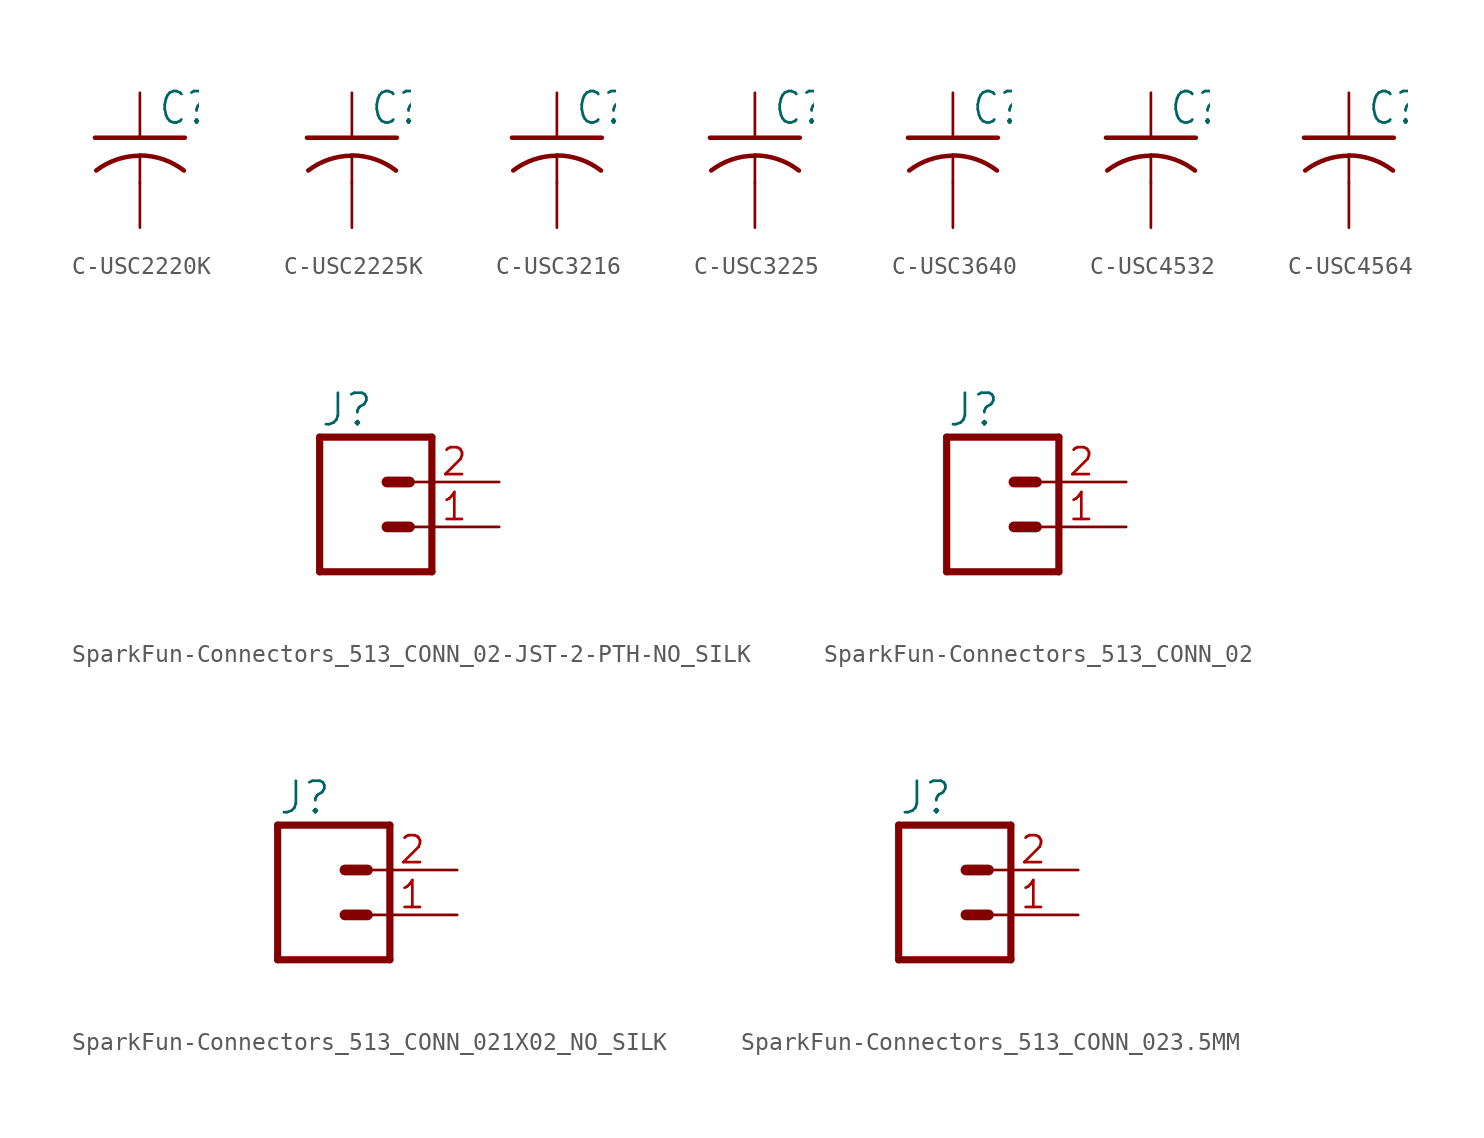
<source format=kicad_sym>
(kicad_symbol_lib
  (version 20241209)
  (generator "kicad_symbol_editor")
  (generator_version "9.0")
  (symbol "C-USC2220K"
    (property "Reference" "C"
      (at 1.016 0.635 0)
      (effects (font (size 1.778 1.511)) (justify left bottom)))
    (property "Value" ""
      (at 1.016 -4.191 0)
      (effects (font (size 1.778 1.511)) (justify left bottom)))
    (property "ki_locked" ""
      (at 0 0 0)
      (effects (font (size 1.27 1.27))))
    (symbol "C-USC2220K_1_0"
      (polyline (pts (xy -2.54 0) (xy 2.54 0)) (stroke (width 0.254) (type solid)) (fill (type none)))
      (arc (start 0 -1) (mid 1.3158 -1.2195) (end 2.4892 -1.8541) (stroke (width 0.254) (type solid)) (fill (type none)))
      (arc (start -2.4668 -1.8504) (mid -1.302 -1.2303) (end 0 -1.0161) (stroke (width 0.254) (type solid)) (fill (type none)))
      (polyline (pts (xy 0 -1.016) (xy 0 -2.54)) (stroke (width 0.152) (type solid)) (fill (type none)))
      (pin passive line (at 0 2.54 270) (length 2.54) (name "1" (effects (font (size 0 0)))) (number "1" (effects (font (size 0 0)))))
      (pin passive line (at 0 -5.08 90) (length 2.54) (name "2" (effects (font (size 0 0)))) (number "2" (effects (font (size 0 0)))))))
  (symbol "C-USC2225K"
    (property "Reference" "C"
      (at 1.016 0.635 0)
      (effects (font (size 1.778 1.511)) (justify left bottom)))
    (property "Value" ""
      (at 1.016 -4.191 0)
      (effects (font (size 1.778 1.511)) (justify left bottom)))
    (property "ki_locked" ""
      (at 0 0 0)
      (effects (font (size 1.27 1.27))))
    (symbol "C-USC2225K_1_0"
      (polyline (pts (xy -2.54 0) (xy 2.54 0)) (stroke (width 0.254) (type solid)) (fill (type none)))
      (arc (start 0 -1) (mid 1.3158 -1.2195) (end 2.4892 -1.8541) (stroke (width 0.254) (type solid)) (fill (type none)))
      (arc (start -2.4668 -1.8504) (mid -1.302 -1.2303) (end 0 -1.0161) (stroke (width 0.254) (type solid)) (fill (type none)))
      (polyline (pts (xy 0 -1.016) (xy 0 -2.54)) (stroke (width 0.152) (type solid)) (fill (type none)))
      (pin passive line (at 0 2.54 270) (length 2.54) (name "1" (effects (font (size 0 0)))) (number "1" (effects (font (size 0 0)))))
      (pin passive line (at 0 -5.08 90) (length 2.54) (name "2" (effects (font (size 0 0)))) (number "2" (effects (font (size 0 0)))))))
  (symbol "C-USC3216"
    (property "Reference" "C"
      (at 1.016 0.635 0)
      (effects (font (size 1.778 1.511)) (justify left bottom)))
    (property "Value" ""
      (at 1.016 -4.191 0)
      (effects (font (size 1.778 1.511)) (justify left bottom)))
    (property "ki_locked" ""
      (at 0 0 0)
      (effects (font (size 1.27 1.27))))
    (symbol "C-USC3216_1_0"
      (polyline (pts (xy -2.54 0) (xy 2.54 0)) (stroke (width 0.254) (type solid)) (fill (type none)))
      (arc (start 0 -1) (mid 1.3158 -1.2195) (end 2.4892 -1.8541) (stroke (width 0.254) (type solid)) (fill (type none)))
      (arc (start -2.4668 -1.8504) (mid -1.302 -1.2303) (end 0 -1.0161) (stroke (width 0.254) (type solid)) (fill (type none)))
      (polyline (pts (xy 0 -1.016) (xy 0 -2.54)) (stroke (width 0.152) (type solid)) (fill (type none)))
      (pin passive line (at 0 2.54 270) (length 2.54) (name "1" (effects (font (size 0 0)))) (number "1" (effects (font (size 0 0)))))
      (pin passive line (at 0 -5.08 90) (length 2.54) (name "2" (effects (font (size 0 0)))) (number "2" (effects (font (size 0 0)))))))
  (symbol "C-USC3225"
    (property "Reference" "C"
      (at 1.016 0.635 0)
      (effects (font (size 1.778 1.511)) (justify left bottom)))
    (property "Value" ""
      (at 1.016 -4.191 0)
      (effects (font (size 1.778 1.511)) (justify left bottom)))
    (property "ki_locked" ""
      (at 0 0 0)
      (effects (font (size 1.27 1.27))))
    (symbol "C-USC3225_1_0"
      (polyline (pts (xy -2.54 0) (xy 2.54 0)) (stroke (width 0.254) (type solid)) (fill (type none)))
      (arc (start 0 -1) (mid 1.3158 -1.2195) (end 2.4892 -1.8541) (stroke (width 0.254) (type solid)) (fill (type none)))
      (arc (start -2.4668 -1.8504) (mid -1.302 -1.2303) (end 0 -1.0161) (stroke (width 0.254) (type solid)) (fill (type none)))
      (polyline (pts (xy 0 -1.016) (xy 0 -2.54)) (stroke (width 0.152) (type solid)) (fill (type none)))
      (pin passive line (at 0 2.54 270) (length 2.54) (name "1" (effects (font (size 0 0)))) (number "1" (effects (font (size 0 0)))))
      (pin passive line (at 0 -5.08 90) (length 2.54) (name "2" (effects (font (size 0 0)))) (number "2" (effects (font (size 0 0)))))))
  (symbol "C-USC3640"
    (property "Reference" "C"
      (at 1.016 0.635 0)
      (effects (font (size 1.778 1.511)) (justify left bottom)))
    (property "Value" ""
      (at 1.016 -4.191 0)
      (effects (font (size 1.778 1.511)) (justify left bottom)))
    (property "ki_locked" ""
      (at 0 0 0)
      (effects (font (size 1.27 1.27))))
    (symbol "C-USC3640_1_0"
      (polyline (pts (xy -2.54 0) (xy 2.54 0)) (stroke (width 0.254) (type solid)) (fill (type none)))
      (arc (start 0 -1) (mid 1.3158 -1.2195) (end 2.4892 -1.8541) (stroke (width 0.254) (type solid)) (fill (type none)))
      (arc (start -2.4668 -1.8504) (mid -1.302 -1.2303) (end 0 -1.0161) (stroke (width 0.254) (type solid)) (fill (type none)))
      (polyline (pts (xy 0 -1.016) (xy 0 -2.54)) (stroke (width 0.152) (type solid)) (fill (type none)))
      (pin passive line (at 0 2.54 270) (length 2.54) (name "1" (effects (font (size 0 0)))) (number "1" (effects (font (size 0 0)))))
      (pin passive line (at 0 -5.08 90) (length 2.54) (name "2" (effects (font (size 0 0)))) (number "2" (effects (font (size 0 0)))))))
  (symbol "C-USC4532"
    (property "Reference" "C"
      (at 1.016 0.635 0)
      (effects (font (size 1.778 1.511)) (justify left bottom)))
    (property "Value" ""
      (at 1.016 -4.191 0)
      (effects (font (size 1.778 1.511)) (justify left bottom)))
    (property "ki_locked" ""
      (at 0 0 0)
      (effects (font (size 1.27 1.27))))
    (symbol "C-USC4532_1_0"
      (polyline (pts (xy -2.54 0) (xy 2.54 0)) (stroke (width 0.254) (type solid)) (fill (type none)))
      (arc (start 0 -1) (mid 1.3158 -1.2195) (end 2.4892 -1.8541) (stroke (width 0.254) (type solid)) (fill (type none)))
      (arc (start -2.4668 -1.8504) (mid -1.302 -1.2303) (end 0 -1.0161) (stroke (width 0.254) (type solid)) (fill (type none)))
      (polyline (pts (xy 0 -1.016) (xy 0 -2.54)) (stroke (width 0.152) (type solid)) (fill (type none)))
      (pin passive line (at 0 2.54 270) (length 2.54) (name "1" (effects (font (size 0 0)))) (number "1" (effects (font (size 0 0)))))
      (pin passive line (at 0 -5.08 90) (length 2.54) (name "2" (effects (font (size 0 0)))) (number "2" (effects (font (size 0 0)))))))
  (symbol "C-USC4564"
    (property "Reference" "C"
      (at 1.016 0.635 0)
      (effects (font (size 1.778 1.511)) (justify left bottom)))
    (property "Value" ""
      (at 1.016 -4.191 0)
      (effects (font (size 1.778 1.511)) (justify left bottom)))
    (property "ki_locked" ""
      (at 0 0 0)
      (effects (font (size 1.27 1.27))))
    (symbol "C-USC4564_1_0"
      (polyline (pts (xy -2.54 0) (xy 2.54 0)) (stroke (width 0.254) (type solid)) (fill (type none)))
      (arc (start 0 -1) (mid 1.3158 -1.2195) (end 2.4892 -1.8541) (stroke (width 0.254) (type solid)) (fill (type none)))
      (arc (start -2.4668 -1.8504) (mid -1.302 -1.2303) (end 0 -1.0161) (stroke (width 0.254) (type solid)) (fill (type none)))
      (polyline (pts (xy 0 -1.016) (xy 0 -2.54)) (stroke (width 0.152) (type solid)) (fill (type none)))
      (pin passive line (at 0 2.54 270) (length 2.54) (name "1" (effects (font (size 0 0)))) (number "1" (effects (font (size 0 0)))))
      (pin passive line (at 0 -5.08 90) (length 2.54) (name "2" (effects (font (size 0 0)))) (number "2" (effects (font (size 0 0)))))))
  (symbol "SparkFun-Connectors_513_CONN_02-JST-2-PTH-NO_SILK"
    (property "Reference" "J"
      (at -2.54 5.588 0)
      (effects (font (size 1.778 1.778)) (justify left bottom)))
    (property "Value" ""
      (at -2.54 -4.826 0)
      (effects (font (size 1.778 1.778)) (justify left bottom)))
    (property "ki_locked" ""
      (at 0 0 0)
      (effects (font (size 1.27 1.27))))
    (symbol "SparkFun-Connectors_513_CONN_02-JST-2-PTH-NO_SILK_1_0"
      (polyline (pts (xy -2.54 5.08) (xy -2.54 -2.54)) (stroke (width 0.406) (type solid)) (fill (type none)))
      (polyline (pts (xy -2.54 5.08) (xy 3.81 5.08)) (stroke (width 0.406) (type solid)) (fill (type none)))
      (polyline (pts (xy 1.27 2.54) (xy 2.54 2.54)) (stroke (width 0.61) (type solid)) (fill (type none)))
      (polyline (pts (xy 1.27 0) (xy 2.54 0)) (stroke (width 0.61) (type solid)) (fill (type none)))
      (polyline (pts (xy 3.81 -2.54) (xy -2.54 -2.54)) (stroke (width 0.406) (type solid)) (fill (type none)))
      (polyline (pts (xy 3.81 -2.54) (xy 3.81 5.08)) (stroke (width 0.406) (type solid)) (fill (type none)))
      (pin passive line (at 7.62 2.54 180) (length 5.08) (name "2" (effects (font (size 0 0)))) (number "2" (effects (font (size 1.524 1.524)))))
      (pin passive line (at 7.62 0 180) (length 5.08) (name "1" (effects (font (size 0 0)))) (number "1" (effects (font (size 1.524 1.524)))))))
  (symbol "SparkFun-Connectors_513_CONN_02"
    (property "Reference" "J"
      (at -2.54 5.588 0)
      (effects (font (size 1.778 1.778)) (justify left bottom)))
    (property "Value" ""
      (at -2.54 -4.826 0)
      (effects (font (size 1.778 1.778)) (justify left bottom)))
    (property "ki_locked" ""
      (at 0 0 0)
      (effects (font (size 1.27 1.27))))
    (symbol "SparkFun-Connectors_513_CONN_02_1_0"
      (polyline (pts (xy -2.54 5.08) (xy -2.54 -2.54)) (stroke (width 0.406) (type solid)) (fill (type none)))
      (polyline (pts (xy -2.54 5.08) (xy 3.81 5.08)) (stroke (width 0.406) (type solid)) (fill (type none)))
      (polyline (pts (xy 1.27 2.54) (xy 2.54 2.54)) (stroke (width 0.61) (type solid)) (fill (type none)))
      (polyline (pts (xy 1.27 0) (xy 2.54 0)) (stroke (width 0.61) (type solid)) (fill (type none)))
      (polyline (pts (xy 3.81 -2.54) (xy -2.54 -2.54)) (stroke (width 0.406) (type solid)) (fill (type none)))
      (polyline (pts (xy 3.81 -2.54) (xy 3.81 5.08)) (stroke (width 0.406) (type solid)) (fill (type none)))
      (pin passive line (at 7.62 2.54 180) (length 5.08) (name "2" (effects (font (size 0 0)))) (number "2" (effects (font (size 1.524 1.524)))))
      (pin passive line (at 7.62 0 180) (length 5.08) (name "1" (effects (font (size 0 0)))) (number "1" (effects (font (size 1.524 1.524)))))))
  (symbol "SparkFun-Connectors_513_CONN_021X02_NO_SILK"
    (property "Reference" "J"
      (at -2.54 5.588 0)
      (effects (font (size 1.778 1.778)) (justify left bottom)))
    (property "Value" ""
      (at -2.54 -4.826 0)
      (effects (font (size 1.778 1.778)) (justify left bottom)))
    (property "ki_locked" ""
      (at 0 0 0)
      (effects (font (size 1.27 1.27))))
    (symbol "SparkFun-Connectors_513_CONN_021X02_NO_SILK_1_0"
      (polyline (pts (xy -2.54 5.08) (xy -2.54 -2.54)) (stroke (width 0.406) (type solid)) (fill (type none)))
      (polyline (pts (xy -2.54 5.08) (xy 3.81 5.08)) (stroke (width 0.406) (type solid)) (fill (type none)))
      (polyline (pts (xy 1.27 2.54) (xy 2.54 2.54)) (stroke (width 0.61) (type solid)) (fill (type none)))
      (polyline (pts (xy 1.27 0) (xy 2.54 0)) (stroke (width 0.61) (type solid)) (fill (type none)))
      (polyline (pts (xy 3.81 -2.54) (xy -2.54 -2.54)) (stroke (width 0.406) (type solid)) (fill (type none)))
      (polyline (pts (xy 3.81 -2.54) (xy 3.81 5.08)) (stroke (width 0.406) (type solid)) (fill (type none)))
      (pin passive line (at 7.62 2.54 180) (length 5.08) (name "2" (effects (font (size 0 0)))) (number "2" (effects (font (size 1.524 1.524)))))
      (pin passive line (at 7.62 0 180) (length 5.08) (name "1" (effects (font (size 0 0)))) (number "1" (effects (font (size 1.524 1.524)))))))
  (symbol "SparkFun-Connectors_513_CONN_023.5MM"
    (property "Reference" "J"
      (at -2.54 5.588 0)
      (effects (font (size 1.778 1.778)) (justify left bottom)))
    (property "Value" ""
      (at -2.54 -4.826 0)
      (effects (font (size 1.778 1.778)) (justify left bottom)))
    (property "ki_locked" ""
      (at 0 0 0)
      (effects (font (size 1.27 1.27))))
    (symbol "SparkFun-Connectors_513_CONN_023.5MM_1_0"
      (polyline (pts (xy -2.54 5.08) (xy -2.54 -2.54)) (stroke (width 0.406) (type solid)) (fill (type none)))
      (polyline (pts (xy -2.54 5.08) (xy 3.81 5.08)) (stroke (width 0.406) (type solid)) (fill (type none)))
      (polyline (pts (xy 1.27 2.54) (xy 2.54 2.54)) (stroke (width 0.61) (type solid)) (fill (type none)))
      (polyline (pts (xy 1.27 0) (xy 2.54 0)) (stroke (width 0.61) (type solid)) (fill (type none)))
      (polyline (pts (xy 3.81 -2.54) (xy -2.54 -2.54)) (stroke (width 0.406) (type solid)) (fill (type none)))
      (polyline (pts (xy 3.81 -2.54) (xy 3.81 5.08)) (stroke (width 0.406) (type solid)) (fill (type none)))
      (pin passive line (at 7.62 2.54 180) (length 5.08) (name "2" (effects (font (size 0 0)))) (number "2" (effects (font (size 1.524 1.524)))))
      (pin passive line (at 7.62 0 180) (length 5.08) (name "1" (effects (font (size 0 0)))) (number "1" (effects (font (size 1.524 1.524))))))))
</source>
